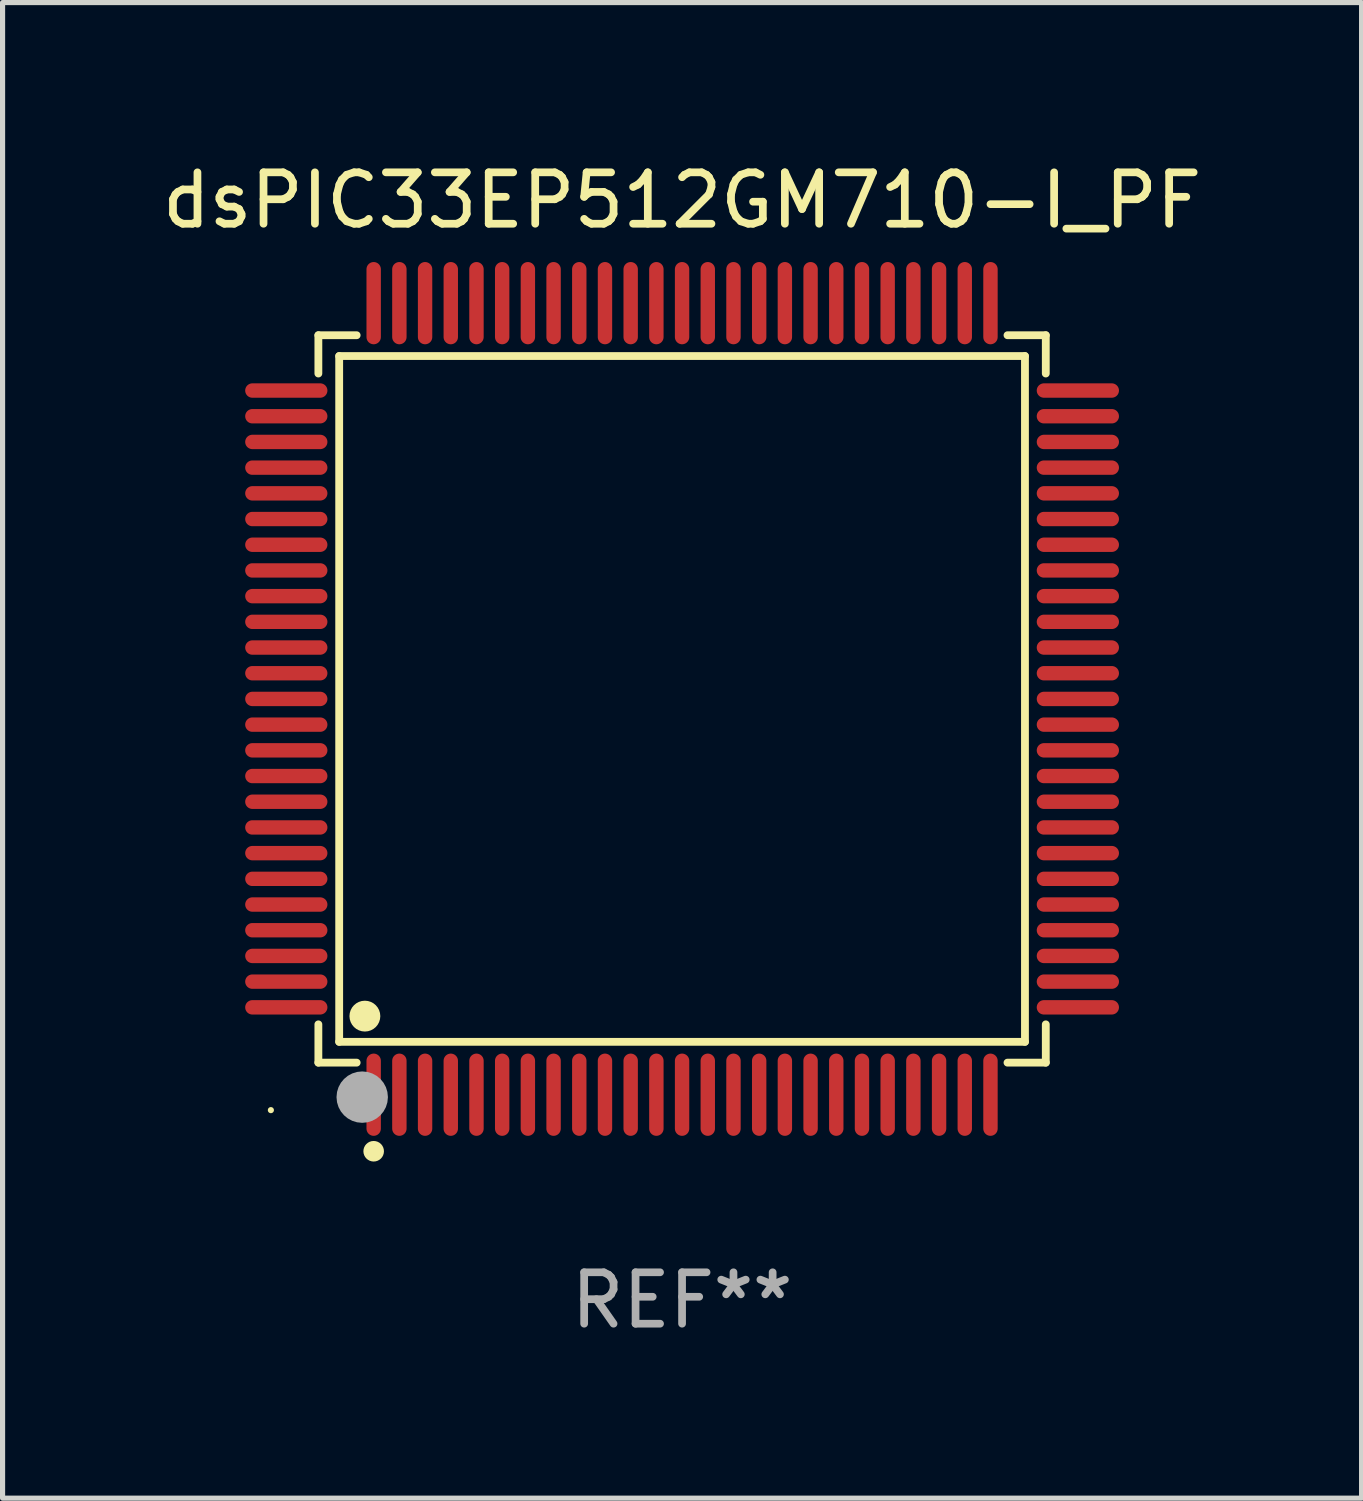
<source format=kicad_pcb>
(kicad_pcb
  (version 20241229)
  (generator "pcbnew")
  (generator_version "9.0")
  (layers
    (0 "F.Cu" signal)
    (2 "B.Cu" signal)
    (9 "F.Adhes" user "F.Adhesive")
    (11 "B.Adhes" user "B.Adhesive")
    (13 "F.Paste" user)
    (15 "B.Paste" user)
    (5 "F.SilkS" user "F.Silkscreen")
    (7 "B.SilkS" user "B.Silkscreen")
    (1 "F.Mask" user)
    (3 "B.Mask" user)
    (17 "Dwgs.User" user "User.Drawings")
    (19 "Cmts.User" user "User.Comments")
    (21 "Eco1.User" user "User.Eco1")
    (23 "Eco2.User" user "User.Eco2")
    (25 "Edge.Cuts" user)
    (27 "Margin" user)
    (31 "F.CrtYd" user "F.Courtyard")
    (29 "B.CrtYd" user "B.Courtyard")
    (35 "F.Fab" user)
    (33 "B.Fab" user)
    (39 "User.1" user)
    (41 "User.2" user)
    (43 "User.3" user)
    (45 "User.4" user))
  (footprint "dsPIC33EP512GM710-I_PF"
    (layer "F.Cu")
    (at 10.22 10.548)
    (property "Reference" "dsPIC33EP512GM710-I_PF" (at 0 -9.7 0) (layer "F.SilkS") (effects (font (size 1 1) (thickness 0.15))))
    (attr through_hole)
    (fp_line (start -7.076 -7.076) (end -6.331 -7.076) (stroke (width 0.152) (type solid)) (layer "F.SilkS"))
    (fp_line (start -7.076 -6.331) (end -7.076 -7.076) (stroke (width 0.152) (type solid)) (layer "F.SilkS"))
    (fp_line (start -7.076 6.331) (end -7.076 7.076) (stroke (width 0.152) (type solid)) (layer "F.SilkS"))
    (fp_line (start -7.076 7.076) (end -6.331 7.076) (stroke (width 0.152) (type solid)) (layer "F.SilkS"))
    (fp_line (start -6.671 -6.671) (end 6.671 -6.671) (stroke (width 0.152) (type solid)) (layer "F.SilkS"))
    (fp_line (start -6.671 6.671) (end -6.671 -6.671) (stroke (width 0.152) (type solid)) (layer "F.SilkS"))
    (fp_line (start 6.671 -6.671) (end 6.671 6.671) (stroke (width 0.152) (type solid)) (layer "F.SilkS"))
    (fp_line (start 6.671 6.671) (end -6.671 6.671) (stroke (width 0.152) (type solid)) (layer "F.SilkS"))
    (fp_line (start 7.076 -7.076) (end 6.331 -7.076) (stroke (width 0.152) (type solid)) (layer "F.SilkS"))
    (fp_line (start 7.076 -6.331) (end 7.076 -7.076) (stroke (width 0.152) (type solid)) (layer "F.SilkS"))
    (fp_line (start 7.076 6.331) (end 7.076 7.076) (stroke (width 0.152) (type solid)) (layer "F.SilkS"))
    (fp_line (start 7.076 7.076) (end 6.331 7.076) (stroke (width 0.152) (type solid)) (layer "F.SilkS"))
    (fp_circle (center -8 8) (end -7.97 8) (stroke (width 0.06) (type solid)) (fill no) (layer "F.SilkS"))
    (fp_circle (center -6.171 6.171) (end -6.021 6.171) (stroke (width 0.3) (type solid)) (fill no) (layer "F.SilkS"))
    (fp_circle (center -6 8.8) (end -5.9 8.8) (stroke (width 0.2) (type solid)) (fill no) (layer "F.SilkS"))
    (fp_circle (center -6.223 7.747) (end -5.973 7.747) (stroke (width 0.5) (type solid)) (fill no) (layer "F.Fab"))
    (fp_text user "REF**" (at 0 11.7 0) (layer "F.Fab") (effects (font (size 1 1) (thickness 0.15))))
    (pad "1" smd oval (at -6 7.7) (size 0.28 1.6) (layers "F.Cu" "F.Mask" "F.Paste"))
    (pad "2" smd oval (at -5.5 7.7) (size 0.28 1.6) (layers "F.Cu" "F.Mask" "F.Paste"))
    (pad "3" smd oval (at -5 7.7) (size 0.28 1.6) (layers "F.Cu" "F.Mask" "F.Paste"))
    (pad "4" smd oval (at -4.5 7.7) (size 0.28 1.6) (layers "F.Cu" "F.Mask" "F.Paste"))
    (pad "5" smd oval (at -4 7.7) (size 0.28 1.6) (layers "F.Cu" "F.Mask" "F.Paste"))
    (pad "6" smd oval (at -3.5 7.7) (size 0.28 1.6) (layers "F.Cu" "F.Mask" "F.Paste"))
    (pad "7" smd oval (at -3 7.7) (size 0.28 1.6) (layers "F.Cu" "F.Mask" "F.Paste"))
    (pad "8" smd oval (at -2.5 7.7) (size 0.28 1.6) (layers "F.Cu" "F.Mask" "F.Paste"))
    (pad "9" smd oval (at -2 7.7) (size 0.28 1.6) (layers "F.Cu" "F.Mask" "F.Paste"))
    (pad "10" smd oval (at -1.5 7.7) (size 0.28 1.6) (layers "F.Cu" "F.Mask" "F.Paste"))
    (pad "11" smd oval (at -1 7.7) (size 0.28 1.6) (layers "F.Cu" "F.Mask" "F.Paste"))
    (pad "12" smd oval (at -0.5 7.7) (size 0.28 1.6) (layers "F.Cu" "F.Mask" "F.Paste"))
    (pad "13" smd oval (at 0 7.7) (size 0.28 1.6) (layers "F.Cu" "F.Mask" "F.Paste"))
    (pad "14" smd oval (at 0.5 7.7) (size 0.28 1.6) (layers "F.Cu" "F.Mask" "F.Paste"))
    (pad "15" smd oval (at 1 7.7) (size 0.28 1.6) (layers "F.Cu" "F.Mask" "F.Paste"))
    (pad "16" smd oval (at 1.5 7.7) (size 0.28 1.6) (layers "F.Cu" "F.Mask" "F.Paste"))
    (pad "17" smd oval (at 2 7.7) (size 0.28 1.6) (layers "F.Cu" "F.Mask" "F.Paste"))
    (pad "18" smd oval (at 2.5 7.7) (size 0.28 1.6) (layers "F.Cu" "F.Mask" "F.Paste"))
    (pad "19" smd oval (at 3 7.7) (size 0.28 1.6) (layers "F.Cu" "F.Mask" "F.Paste"))
    (pad "20" smd oval (at 3.5 7.7) (size 0.28 1.6) (layers "F.Cu" "F.Mask" "F.Paste"))
    (pad "21" smd oval (at 4 7.7) (size 0.28 1.6) (layers "F.Cu" "F.Mask" "F.Paste"))
    (pad "22" smd oval (at 4.5 7.7) (size 0.28 1.6) (layers "F.Cu" "F.Mask" "F.Paste"))
    (pad "23" smd oval (at 5 7.7) (size 0.28 1.6) (layers "F.Cu" "F.Mask" "F.Paste"))
    (pad "24" smd oval (at 5.5 7.7) (size 0.28 1.6) (layers "F.Cu" "F.Mask" "F.Paste"))
    (pad "25" smd oval (at 6 7.7) (size 0.28 1.6) (layers "F.Cu" "F.Mask" "F.Paste"))
    (pad "26" smd oval (at 7.7 6) (size 1.6 0.28) (layers "F.Cu" "F.Mask" "F.Paste"))
    (pad "27" smd oval (at 7.7 5.5) (size 1.6 0.28) (layers "F.Cu" "F.Mask" "F.Paste"))
    (pad "28" smd oval (at 7.7 5) (size 1.6 0.28) (layers "F.Cu" "F.Mask" "F.Paste"))
    (pad "29" smd oval (at 7.7 4.5) (size 1.6 0.28) (layers "F.Cu" "F.Mask" "F.Paste"))
    (pad "30" smd oval (at 7.7 4) (size 1.6 0.28) (layers "F.Cu" "F.Mask" "F.Paste"))
    (pad "31" smd oval (at 7.7 3.5) (size 1.6 0.28) (layers "F.Cu" "F.Mask" "F.Paste"))
    (pad "32" smd oval (at 7.7 3) (size 1.6 0.28) (layers "F.Cu" "F.Mask" "F.Paste"))
    (pad "33" smd oval (at 7.7 2.5) (size 1.6 0.28) (layers "F.Cu" "F.Mask" "F.Paste"))
    (pad "34" smd oval (at 7.7 2) (size 1.6 0.28) (layers "F.Cu" "F.Mask" "F.Paste"))
    (pad "35" smd oval (at 7.7 1.5) (size 1.6 0.28) (layers "F.Cu" "F.Mask" "F.Paste"))
    (pad "36" smd oval (at 7.7 1) (size 1.6 0.28) (layers "F.Cu" "F.Mask" "F.Paste"))
    (pad "37" smd oval (at 7.7 0.5) (size 1.6 0.28) (layers "F.Cu" "F.Mask" "F.Paste"))
    (pad "38" smd oval (at 7.7 0) (size 1.6 0.28) (layers "F.Cu" "F.Mask" "F.Paste"))
    (pad "39" smd oval (at 7.7 -0.5) (size 1.6 0.28) (layers "F.Cu" "F.Mask" "F.Paste"))
    (pad "40" smd oval (at 7.7 -1) (size 1.6 0.28) (layers "F.Cu" "F.Mask" "F.Paste"))
    (pad "41" smd oval (at 7.7 -1.5) (size 1.6 0.28) (layers "F.Cu" "F.Mask" "F.Paste"))
    (pad "42" smd oval (at 7.7 -2) (size 1.6 0.28) (layers "F.Cu" "F.Mask" "F.Paste"))
    (pad "43" smd oval (at 7.7 -2.5) (size 1.6 0.28) (layers "F.Cu" "F.Mask" "F.Paste"))
    (pad "44" smd oval (at 7.7 -3) (size 1.6 0.28) (layers "F.Cu" "F.Mask" "F.Paste"))
    (pad "45" smd oval (at 7.7 -3.5) (size 1.6 0.28) (layers "F.Cu" "F.Mask" "F.Paste"))
    (pad "46" smd oval (at 7.7 -4) (size 1.6 0.28) (layers "F.Cu" "F.Mask" "F.Paste"))
    (pad "47" smd oval (at 7.7 -4.5) (size 1.6 0.28) (layers "F.Cu" "F.Mask" "F.Paste"))
    (pad "48" smd oval (at 7.7 -5) (size 1.6 0.28) (layers "F.Cu" "F.Mask" "F.Paste"))
    (pad "49" smd oval (at 7.7 -5.5) (size 1.6 0.28) (layers "F.Cu" "F.Mask" "F.Paste"))
    (pad "50" smd oval (at 7.7 -6) (size 1.6 0.28) (layers "F.Cu" "F.Mask" "F.Paste"))
    (pad "51" smd oval (at 6 -7.7) (size 0.28 1.6) (layers "F.Cu" "F.Mask" "F.Paste"))
    (pad "52" smd oval (at 5.5 -7.7) (size 0.28 1.6) (layers "F.Cu" "F.Mask" "F.Paste"))
    (pad "53" smd oval (at 5 -7.7) (size 0.28 1.6) (layers "F.Cu" "F.Mask" "F.Paste"))
    (pad "54" smd oval (at 4.5 -7.7) (size 0.28 1.6) (layers "F.Cu" "F.Mask" "F.Paste"))
    (pad "55" smd oval (at 4 -7.7) (size 0.28 1.6) (layers "F.Cu" "F.Mask" "F.Paste"))
    (pad "56" smd oval (at 3.5 -7.7) (size 0.28 1.6) (layers "F.Cu" "F.Mask" "F.Paste"))
    (pad "57" smd oval (at 3 -7.7) (size 0.28 1.6) (layers "F.Cu" "F.Mask" "F.Paste"))
    (pad "58" smd oval (at 2.5 -7.7) (size 0.28 1.6) (layers "F.Cu" "F.Mask" "F.Paste"))
    (pad "59" smd oval (at 2 -7.7) (size 0.28 1.6) (layers "F.Cu" "F.Mask" "F.Paste"))
    (pad "60" smd oval (at 1.5 -7.7) (size 0.28 1.6) (layers "F.Cu" "F.Mask" "F.Paste"))
    (pad "61" smd oval (at 1 -7.7) (size 0.28 1.6) (layers "F.Cu" "F.Mask" "F.Paste"))
    (pad "62" smd oval (at 0.5 -7.7) (size 0.28 1.6) (layers "F.Cu" "F.Mask" "F.Paste"))
    (pad "63" smd oval (at 0 -7.7) (size 0.28 1.6) (layers "F.Cu" "F.Mask" "F.Paste"))
    (pad "64" smd oval (at -0.5 -7.7) (size 0.28 1.6) (layers "F.Cu" "F.Mask" "F.Paste"))
    (pad "65" smd oval (at -1 -7.7) (size 0.28 1.6) (layers "F.Cu" "F.Mask" "F.Paste"))
    (pad "66" smd oval (at -1.5 -7.7) (size 0.28 1.6) (layers "F.Cu" "F.Mask" "F.Paste"))
    (pad "67" smd oval (at -2 -7.7) (size 0.28 1.6) (layers "F.Cu" "F.Mask" "F.Paste"))
    (pad "68" smd oval (at -2.5 -7.7) (size 0.28 1.6) (layers "F.Cu" "F.Mask" "F.Paste"))
    (pad "69" smd oval (at -3 -7.7) (size 0.28 1.6) (layers "F.Cu" "F.Mask" "F.Paste"))
    (pad "70" smd oval (at -3.5 -7.7) (size 0.28 1.6) (layers "F.Cu" "F.Mask" "F.Paste"))
    (pad "71" smd oval (at -4 -7.7) (size 0.28 1.6) (layers "F.Cu" "F.Mask" "F.Paste"))
    (pad "72" smd oval (at -4.5 -7.7) (size 0.28 1.6) (layers "F.Cu" "F.Mask" "F.Paste"))
    (pad "73" smd oval (at -5 -7.7) (size 0.28 1.6) (layers "F.Cu" "F.Mask" "F.Paste"))
    (pad "74" smd oval (at -5.5 -7.7) (size 0.28 1.6) (layers "F.Cu" "F.Mask" "F.Paste"))
    (pad "75" smd oval (at -6 -7.7) (size 0.28 1.6) (layers "F.Cu" "F.Mask" "F.Paste"))
    (pad "76" smd oval (at -7.7 -6) (size 1.6 0.28) (layers "F.Cu" "F.Mask" "F.Paste"))
    (pad "77" smd oval (at -7.7 -5.5) (size 1.6 0.28) (layers "F.Cu" "F.Mask" "F.Paste"))
    (pad "78" smd oval (at -7.7 -5) (size 1.6 0.28) (layers "F.Cu" "F.Mask" "F.Paste"))
    (pad "79" smd oval (at -7.7 -4.5) (size 1.6 0.28) (layers "F.Cu" "F.Mask" "F.Paste"))
    (pad "80" smd oval (at -7.7 -4) (size 1.6 0.28) (layers "F.Cu" "F.Mask" "F.Paste"))
    (pad "81" smd oval (at -7.7 -3.5) (size 1.6 0.28) (layers "F.Cu" "F.Mask" "F.Paste"))
    (pad "82" smd oval (at -7.7 -3) (size 1.6 0.28) (layers "F.Cu" "F.Mask" "F.Paste"))
    (pad "83" smd oval (at -7.7 -2.5) (size 1.6 0.28) (layers "F.Cu" "F.Mask" "F.Paste"))
    (pad "84" smd oval (at -7.7 -2) (size 1.6 0.28) (layers "F.Cu" "F.Mask" "F.Paste"))
    (pad "85" smd oval (at -7.7 -1.5) (size 1.6 0.28) (layers "F.Cu" "F.Mask" "F.Paste"))
    (pad "86" smd oval (at -7.7 -1) (size 1.6 0.28) (layers "F.Cu" "F.Mask" "F.Paste"))
    (pad "87" smd oval (at -7.7 -0.5) (size 1.6 0.28) (layers "F.Cu" "F.Mask" "F.Paste"))
    (pad "88" smd oval (at -7.7 0) (size 1.6 0.28) (layers "F.Cu" "F.Mask" "F.Paste"))
    (pad "89" smd oval (at -7.7 0.5) (size 1.6 0.28) (layers "F.Cu" "F.Mask" "F.Paste"))
    (pad "90" smd oval (at -7.7 1) (size 1.6 0.28) (layers "F.Cu" "F.Mask" "F.Paste"))
    (pad "91" smd oval (at -7.7 1.5) (size 1.6 0.28) (layers "F.Cu" "F.Mask" "F.Paste"))
    (pad "92" smd oval (at -7.7 2) (size 1.6 0.28) (layers "F.Cu" "F.Mask" "F.Paste"))
    (pad "93" smd oval (at -7.7 2.5) (size 1.6 0.28) (layers "F.Cu" "F.Mask" "F.Paste"))
    (pad "94" smd oval (at -7.7 3) (size 1.6 0.28) (layers "F.Cu" "F.Mask" "F.Paste"))
    (pad "95" smd oval (at -7.7 3.5) (size 1.6 0.28) (layers "F.Cu" "F.Mask" "F.Paste"))
    (pad "96" smd oval (at -7.7 4) (size 1.6 0.28) (layers "F.Cu" "F.Mask" "F.Paste"))
    (pad "97" smd oval (at -7.7 4.5) (size 1.6 0.28) (layers "F.Cu" "F.Mask" "F.Paste"))
    (pad "98" smd oval (at -7.7 5) (size 1.6 0.28) (layers "F.Cu" "F.Mask" "F.Paste"))
    (pad "99" smd oval (at -7.7 5.5) (size 1.6 0.28) (layers "F.Cu" "F.Mask" "F.Paste"))
    (pad "100" smd oval (at -7.7 6) (size 1.6 0.28) (layers "F.Cu" "F.Mask" "F.Paste")))
  (gr_rect
    (start -3 -3)
    (end 23.44 26.097)
    (stroke (width 0.1) (type default))
    (fill no)
    (layer "Edge.Cuts")))
</source>
